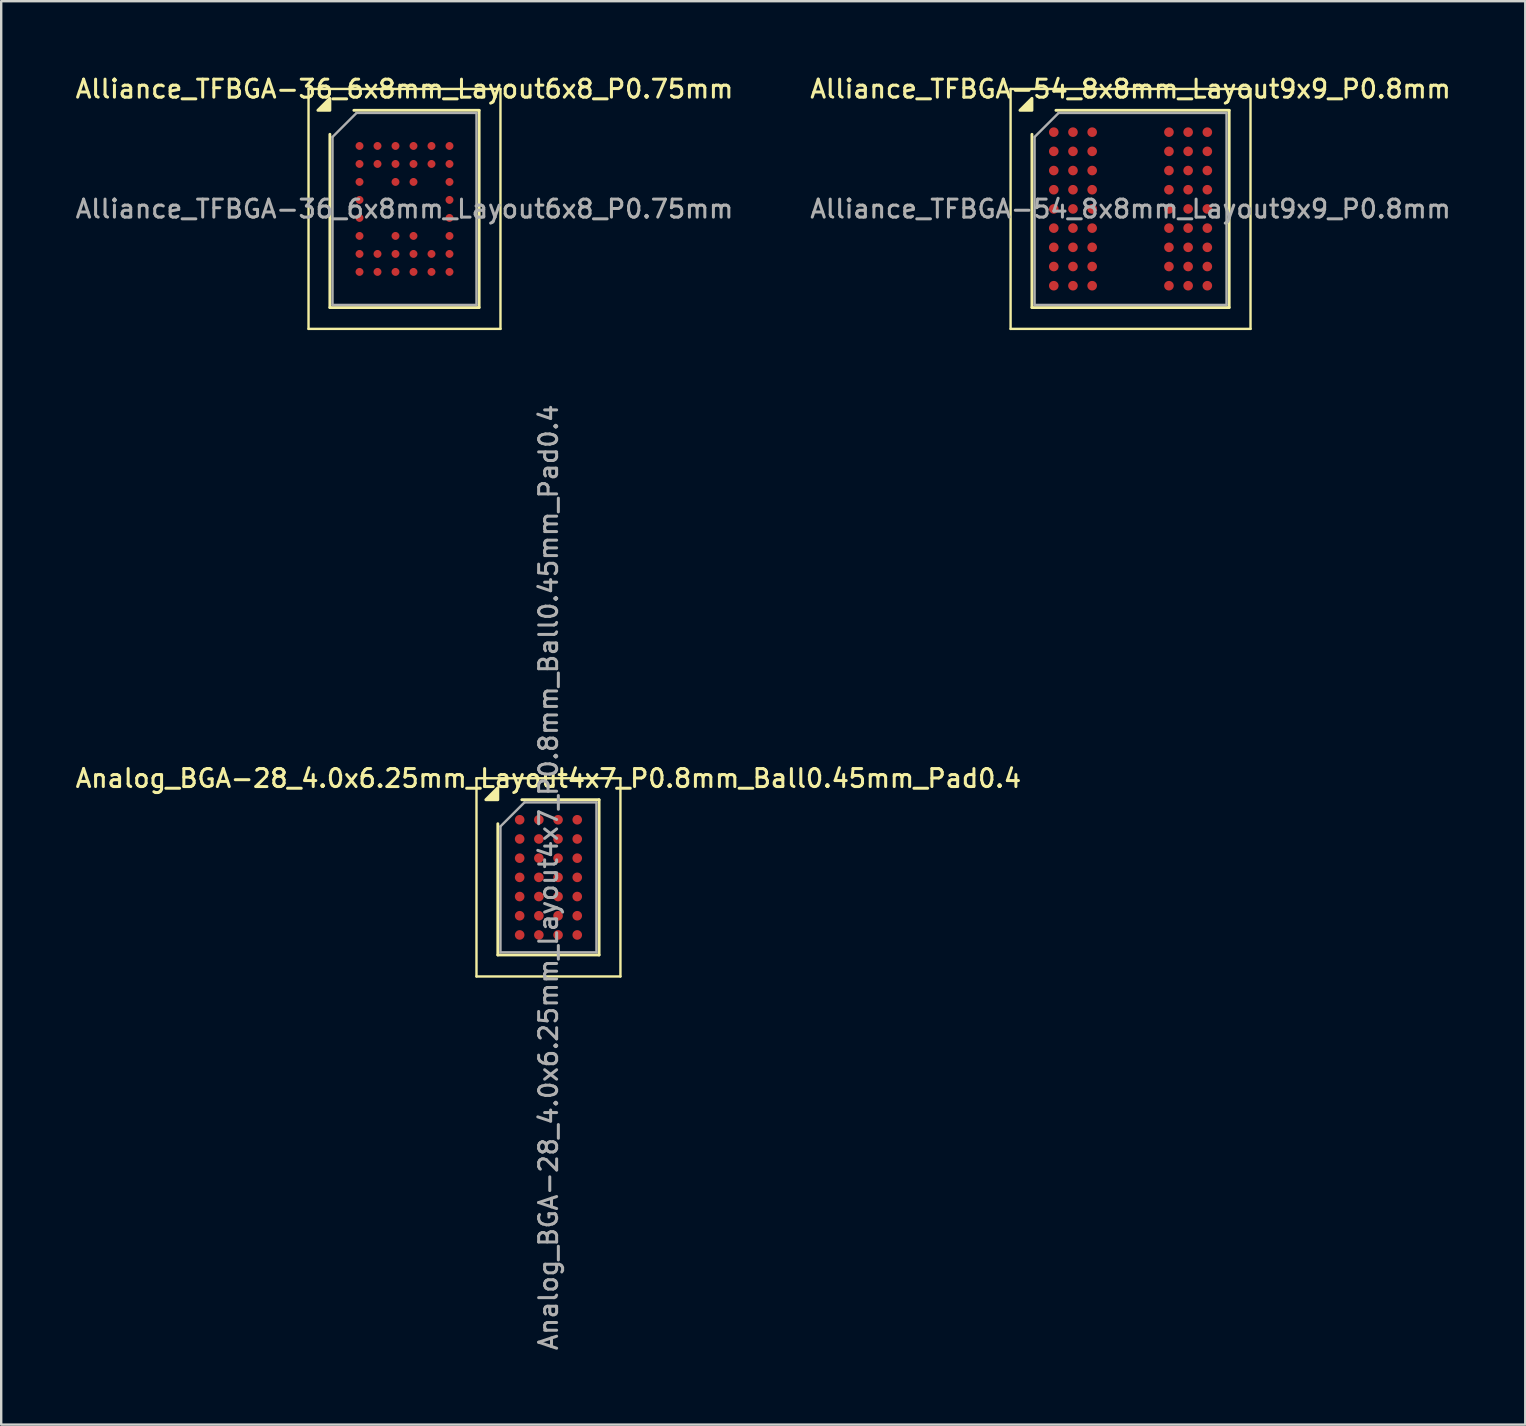
<source format=kicad_pcb>
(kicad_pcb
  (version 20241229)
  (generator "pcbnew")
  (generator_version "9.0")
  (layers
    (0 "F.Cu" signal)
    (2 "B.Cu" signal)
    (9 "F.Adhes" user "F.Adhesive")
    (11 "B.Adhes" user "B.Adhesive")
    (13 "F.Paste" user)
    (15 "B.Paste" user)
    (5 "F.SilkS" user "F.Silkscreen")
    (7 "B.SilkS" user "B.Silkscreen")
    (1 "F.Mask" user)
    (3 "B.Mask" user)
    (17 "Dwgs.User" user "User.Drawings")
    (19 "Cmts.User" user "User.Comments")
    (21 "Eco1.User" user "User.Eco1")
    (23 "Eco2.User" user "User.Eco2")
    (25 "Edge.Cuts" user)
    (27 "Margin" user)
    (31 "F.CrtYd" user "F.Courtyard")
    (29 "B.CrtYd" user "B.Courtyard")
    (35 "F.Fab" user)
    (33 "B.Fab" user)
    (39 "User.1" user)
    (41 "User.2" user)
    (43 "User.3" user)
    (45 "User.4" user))
  (footprint "Analog_BGA-28_4.0x6.25mm_Layout4x7_P0.8mm_Ball0.45mm_Pad0.4"
    (layer "F.Cu")
    (at 19.809 33.517)
    (property "Reference" "Analog_BGA-28_4.0x6.25mm_Layout4x7_P0.8mm_Ball0.45mm_Pad0.4" (at 0 -4.125 0) (layer "F.SilkS") (effects (font (size 0.75 0.75) (thickness 0.125))))
    (attr smd)
    (fp_line (start -3 -4.13) (end -3 4.13) (stroke (width 0.1) (type solid)) (layer "F.SilkS"))
    (fp_line (start -3 4.13) (end 3 4.13) (stroke (width 0.1) (type solid)) (layer "F.SilkS"))
    (fp_line (start -2.11 3.235) (end -2.11 -2.235) (stroke (width 0.12) (type solid)) (layer "F.SilkS"))
    (fp_line (start -1.11 -3.235) (end 2.11 -3.235) (stroke (width 0.12) (type solid)) (layer "F.SilkS"))
    (fp_line (start 2.11 -3.235) (end 2.11 3.235) (stroke (width 0.12) (type solid)) (layer "F.SilkS"))
    (fp_line (start 2.11 3.235) (end -2.11 3.235) (stroke (width 0.12) (type solid)) (layer "F.SilkS"))
    (fp_line (start 3 -4.13) (end -3 -4.13) (stroke (width 0.1) (type solid)) (layer "F.SilkS"))
    (fp_line (start 3 4.13) (end 3 -4.13) (stroke (width 0.1) (type solid)) (layer "F.SilkS"))
    (fp_poly (pts (xy -2.11 -3.235) (xy -2.61 -3.235) (xy -2.11 -3.735) (xy -2.11 -3.235)) (stroke (width 0.12) (type solid)) (fill yes) (layer "F.SilkS"))
    (fp_line (start -2 -2.125) (end -1 -3.125) (stroke (width 0.1) (type solid)) (layer "F.Fab"))
    (fp_line (start -2 3.125) (end -2 -2.125) (stroke (width 0.1) (type solid)) (layer "F.Fab"))
    (fp_line (start -1 -3.125) (end 2 -3.125) (stroke (width 0.1) (type solid)) (layer "F.Fab"))
    (fp_line (start 2 -3.125) (end 2 3.125) (stroke (width 0.1) (type solid)) (layer "F.Fab"))
    (fp_line (start 2 3.125) (end -2 3.125) (stroke (width 0.1) (type solid)) (layer "F.Fab"))
    (fp_text user "${REFERENCE}" (at 0 0 270) (layer "F.Fab") (effects (font (size 0.75 0.75) (thickness 0.125))))
    (pad "A1" smd circle (at -1.2 -2.4) (size 0.4 0.4) (property pad_prop_bga) (layers "F.Cu" "F.Mask" "F.Paste"))
    (pad "A2" smd circle (at -0.4 -2.4) (size 0.4 0.4) (property pad_prop_bga) (layers "F.Cu" "F.Mask" "F.Paste"))
    (pad "A3" smd circle (at 0.4 -2.4) (size 0.4 0.4) (property pad_prop_bga) (layers "F.Cu" "F.Mask" "F.Paste"))
    (pad "A4" smd circle (at 1.2 -2.4) (size 0.4 0.4) (property pad_prop_bga) (layers "F.Cu" "F.Mask" "F.Paste"))
    (pad "B1" smd circle (at -1.2 -1.6) (size 0.4 0.4) (property pad_prop_bga) (layers "F.Cu" "F.Mask" "F.Paste"))
    (pad "B2" smd circle (at -0.4 -1.6) (size 0.4 0.4) (property pad_prop_bga) (layers "F.Cu" "F.Mask" "F.Paste"))
    (pad "B3" smd circle (at 0.4 -1.6) (size 0.4 0.4) (property pad_prop_bga) (layers "F.Cu" "F.Mask" "F.Paste"))
    (pad "B4" smd circle (at 1.2 -1.6) (size 0.4 0.4) (property pad_prop_bga) (layers "F.Cu" "F.Mask" "F.Paste"))
    (pad "C1" smd circle (at -1.2 -0.8) (size 0.4 0.4) (property pad_prop_bga) (layers "F.Cu" "F.Mask" "F.Paste"))
    (pad "C2" smd circle (at -0.4 -0.8) (size 0.4 0.4) (property pad_prop_bga) (layers "F.Cu" "F.Mask" "F.Paste"))
    (pad "C3" smd circle (at 0.4 -0.8) (size 0.4 0.4) (property pad_prop_bga) (layers "F.Cu" "F.Mask" "F.Paste"))
    (pad "C4" smd circle (at 1.2 -0.8) (size 0.4 0.4) (property pad_prop_bga) (layers "F.Cu" "F.Mask" "F.Paste"))
    (pad "D1" smd circle (at -1.2 0) (size 0.4 0.4) (property pad_prop_bga) (layers "F.Cu" "F.Mask" "F.Paste"))
    (pad "D2" smd circle (at -0.4 0) (size 0.4 0.4) (property pad_prop_bga) (layers "F.Cu" "F.Mask" "F.Paste"))
    (pad "D3" smd circle (at 0.4 0) (size 0.4 0.4) (property pad_prop_bga) (layers "F.Cu" "F.Mask" "F.Paste"))
    (pad "D4" smd circle (at 1.2 0) (size 0.4 0.4) (property pad_prop_bga) (layers "F.Cu" "F.Mask" "F.Paste"))
    (pad "E1" smd circle (at -1.2 0.8) (size 0.4 0.4) (property pad_prop_bga) (layers "F.Cu" "F.Mask" "F.Paste"))
    (pad "E2" smd circle (at -0.4 0.8) (size 0.4 0.4) (property pad_prop_bga) (layers "F.Cu" "F.Mask" "F.Paste"))
    (pad "E3" smd circle (at 0.4 0.8) (size 0.4 0.4) (property pad_prop_bga) (layers "F.Cu" "F.Mask" "F.Paste"))
    (pad "E4" smd circle (at 1.2 0.8) (size 0.4 0.4) (property pad_prop_bga) (layers "F.Cu" "F.Mask" "F.Paste"))
    (pad "F1" smd circle (at -1.2 1.6) (size 0.4 0.4) (property pad_prop_bga) (layers "F.Cu" "F.Mask" "F.Paste"))
    (pad "F2" smd circle (at -0.4 1.6) (size 0.4 0.4) (property pad_prop_bga) (layers "F.Cu" "F.Mask" "F.Paste"))
    (pad "F3" smd circle (at 0.4 1.6) (size 0.4 0.4) (property pad_prop_bga) (layers "F.Cu" "F.Mask" "F.Paste"))
    (pad "F4" smd circle (at 1.2 1.6) (size 0.4 0.4) (property pad_prop_bga) (layers "F.Cu" "F.Mask" "F.Paste"))
    (pad "G1" smd circle (at -1.2 2.4) (size 0.4 0.4) (property pad_prop_bga) (layers "F.Cu" "F.Mask" "F.Paste"))
    (pad "G2" smd circle (at -0.4 2.4) (size 0.4 0.4) (property pad_prop_bga) (layers "F.Cu" "F.Mask" "F.Paste"))
    (pad "G3" smd circle (at 0.4 2.4) (size 0.4 0.4) (property pad_prop_bga) (layers "F.Cu" "F.Mask" "F.Paste"))
    (pad "G4" smd circle (at 1.2 2.4) (size 0.4 0.4) (property pad_prop_bga) (layers "F.Cu" "F.Mask" "F.Paste")))
  (footprint "Alliance_TFBGA-36_6x8mm_Layout6x8_P0.75mm"
    (layer "F.Cu")
    (at 13.809 5.658)
    (property "Reference" "Alliance_TFBGA-36_6x8mm_Layout6x8_P0.75mm" (at 0 -5 0) (layer "F.SilkS") (effects (font (size 0.75 0.75) (thickness 0.125))))
    (attr smd)
    (fp_line (start -4 -5) (end -4 5) (stroke (width 0.1) (type solid)) (layer "F.SilkS"))
    (fp_line (start -4 5) (end 4 5) (stroke (width 0.1) (type solid)) (layer "F.SilkS"))
    (fp_line (start -3.11 4.11) (end -3.11 -3.11) (stroke (width 0.12) (type solid)) (layer "F.SilkS"))
    (fp_line (start -2.11 -4.11) (end 3.11 -4.11) (stroke (width 0.12) (type solid)) (layer "F.SilkS"))
    (fp_line (start 3.11 -4.11) (end 3.11 4.11) (stroke (width 0.12) (type solid)) (layer "F.SilkS"))
    (fp_line (start 3.11 4.11) (end -3.11 4.11) (stroke (width 0.12) (type solid)) (layer "F.SilkS"))
    (fp_line (start 4 -5) (end -4 -5) (stroke (width 0.1) (type solid)) (layer "F.SilkS"))
    (fp_line (start 4 5) (end 4 -5) (stroke (width 0.1) (type solid)) (layer "F.SilkS"))
    (fp_poly (pts (xy -3.11 -4.11) (xy -3.61 -4.11) (xy -3.11 -4.61) (xy -3.11 -4.11)) (stroke (width 0.12) (type solid)) (fill yes) (layer "F.SilkS"))
    (fp_line (start -3 -3) (end -2 -4) (stroke (width 0.1) (type solid)) (layer "F.Fab"))
    (fp_line (start -3 4) (end -3 -3) (stroke (width 0.1) (type solid)) (layer "F.Fab"))
    (fp_line (start -2 -4) (end 3 -4) (stroke (width 0.1) (type solid)) (layer "F.Fab"))
    (fp_line (start 3 -4) (end 3 4) (stroke (width 0.1) (type solid)) (layer "F.Fab"))
    (fp_line (start 3 4) (end -3 4) (stroke (width 0.1) (type solid)) (layer "F.Fab"))
    (fp_text user "${REFERENCE}" (at 0 0 0) (layer "F.Fab") (effects (font (size 0.75 0.75) (thickness 0.125))))
    (pad "A1" smd circle (at -1.875 -2.625) (size 0.33 0.33) (property pad_prop_bga) (layers "F.Cu" "F.Mask" "F.Paste"))
    (pad "A2" smd circle (at -1.125 -2.625) (size 0.33 0.33) (property pad_prop_bga) (layers "F.Cu" "F.Mask" "F.Paste"))
    (pad "A3" smd circle (at -0.375 -2.625) (size 0.33 0.33) (property pad_prop_bga) (layers "F.Cu" "F.Mask" "F.Paste"))
    (pad "A4" smd circle (at 0.375 -2.625) (size 0.33 0.33) (property pad_prop_bga) (layers "F.Cu" "F.Mask" "F.Paste"))
    (pad "A5" smd circle (at 1.125 -2.625) (size 0.33 0.33) (property pad_prop_bga) (layers "F.Cu" "F.Mask" "F.Paste"))
    (pad "A6" smd circle (at 1.875 -2.625) (size 0.33 0.33) (property pad_prop_bga) (layers "F.Cu" "F.Mask" "F.Paste"))
    (pad "B1" smd circle (at -1.875 -1.875) (size 0.33 0.33) (property pad_prop_bga) (layers "F.Cu" "F.Mask" "F.Paste"))
    (pad "B2" smd circle (at -1.125 -1.875) (size 0.33 0.33) (property pad_prop_bga) (layers "F.Cu" "F.Mask" "F.Paste"))
    (pad "B3" smd circle (at -0.375 -1.875) (size 0.33 0.33) (property pad_prop_bga) (layers "F.Cu" "F.Mask" "F.Paste"))
    (pad "B4" smd circle (at 0.375 -1.875) (size 0.33 0.33) (property pad_prop_bga) (layers "F.Cu" "F.Mask" "F.Paste"))
    (pad "B5" smd circle (at 1.125 -1.875) (size 0.33 0.33) (property pad_prop_bga) (layers "F.Cu" "F.Mask" "F.Paste"))
    (pad "B6" smd circle (at 1.875 -1.875) (size 0.33 0.33) (property pad_prop_bga) (layers "F.Cu" "F.Mask" "F.Paste"))
    (pad "C1" smd circle (at -1.875 -1.125) (size 0.33 0.33) (property pad_prop_bga) (layers "F.Cu" "F.Mask" "F.Paste"))
    (pad "C3" smd circle (at -0.375 -1.125) (size 0.33 0.33) (property pad_prop_bga) (layers "F.Cu" "F.Mask" "F.Paste"))
    (pad "C4" smd circle (at 0.375 -1.125) (size 0.33 0.33) (property pad_prop_bga) (layers "F.Cu" "F.Mask" "F.Paste"))
    (pad "C6" smd circle (at 1.875 -1.125) (size 0.33 0.33) (property pad_prop_bga) (layers "F.Cu" "F.Mask" "F.Paste"))
    (pad "D1" smd circle (at -1.875 -0.375) (size 0.33 0.33) (property pad_prop_bga) (layers "F.Cu" "F.Mask" "F.Paste"))
    (pad "D6" smd circle (at 1.875 -0.375) (size 0.33 0.33) (property pad_prop_bga) (layers "F.Cu" "F.Mask" "F.Paste"))
    (pad "E1" smd circle (at -1.875 0.375) (size 0.33 0.33) (property pad_prop_bga) (layers "F.Cu" "F.Mask" "F.Paste"))
    (pad "E6" smd circle (at 1.875 0.375) (size 0.33 0.33) (property pad_prop_bga) (layers "F.Cu" "F.Mask" "F.Paste"))
    (pad "F1" smd circle (at -1.875 1.125) (size 0.33 0.33) (property pad_prop_bga) (layers "F.Cu" "F.Mask" "F.Paste"))
    (pad "F3" smd circle (at -0.375 1.125) (size 0.33 0.33) (property pad_prop_bga) (layers "F.Cu" "F.Mask" "F.Paste"))
    (pad "F4" smd circle (at 0.375 1.125) (size 0.33 0.33) (property pad_prop_bga) (layers "F.Cu" "F.Mask" "F.Paste"))
    (pad "F6" smd circle (at 1.875 1.125) (size 0.33 0.33) (property pad_prop_bga) (layers "F.Cu" "F.Mask" "F.Paste"))
    (pad "G1" smd circle (at -1.875 1.875) (size 0.33 0.33) (property pad_prop_bga) (layers "F.Cu" "F.Mask" "F.Paste"))
    (pad "G2" smd circle (at -1.125 1.875) (size 0.33 0.33) (property pad_prop_bga) (layers "F.Cu" "F.Mask" "F.Paste"))
    (pad "G3" smd circle (at -0.375 1.875) (size 0.33 0.33) (property pad_prop_bga) (layers "F.Cu" "F.Mask" "F.Paste"))
    (pad "G4" smd circle (at 0.375 1.875) (size 0.33 0.33) (property pad_prop_bga) (layers "F.Cu" "F.Mask" "F.Paste"))
    (pad "G5" smd circle (at 1.125 1.875) (size 0.33 0.33) (property pad_prop_bga) (layers "F.Cu" "F.Mask" "F.Paste"))
    (pad "G6" smd circle (at 1.875 1.875) (size 0.33 0.33) (property pad_prop_bga) (layers "F.Cu" "F.Mask" "F.Paste"))
    (pad "H1" smd circle (at -1.875 2.625) (size 0.33 0.33) (property pad_prop_bga) (layers "F.Cu" "F.Mask" "F.Paste"))
    (pad "H2" smd circle (at -1.125 2.625) (size 0.33 0.33) (property pad_prop_bga) (layers "F.Cu" "F.Mask" "F.Paste"))
    (pad "H3" smd circle (at -0.375 2.625) (size 0.33 0.33) (property pad_prop_bga) (layers "F.Cu" "F.Mask" "F.Paste"))
    (pad "H4" smd circle (at 0.375 2.625) (size 0.33 0.33) (property pad_prop_bga) (layers "F.Cu" "F.Mask" "F.Paste"))
    (pad "H5" smd circle (at 1.125 2.625) (size 0.33 0.33) (property pad_prop_bga) (layers "F.Cu" "F.Mask" "F.Paste"))
    (pad "H6" smd circle (at 1.875 2.625) (size 0.33 0.33) (property pad_prop_bga) (layers "F.Cu" "F.Mask" "F.Paste")))
  (footprint "Alliance_TFBGA-54_8x8mm_Layout9x9_P0.8mm"
    (layer "F.Cu")
    (at 44.07 5.658)
    (property "Reference" "Alliance_TFBGA-54_8x8mm_Layout9x9_P0.8mm" (at 0 -5 0) (layer "F.SilkS") (effects (font (size 0.75 0.75) (thickness 0.125))))
    (attr smd)
    (fp_line (start -5 -5) (end -5 5) (stroke (width 0.1) (type solid)) (layer "F.SilkS"))
    (fp_line (start -5 5) (end 5 5) (stroke (width 0.1) (type solid)) (layer "F.SilkS"))
    (fp_line (start -4.11 4.11) (end -4.11 -3.11) (stroke (width 0.12) (type solid)) (layer "F.SilkS"))
    (fp_line (start -3.11 -4.11) (end 4.11 -4.11) (stroke (width 0.12) (type solid)) (layer "F.SilkS"))
    (fp_line (start 4.11 -4.11) (end 4.11 4.11) (stroke (width 0.12) (type solid)) (layer "F.SilkS"))
    (fp_line (start 4.11 4.11) (end -4.11 4.11) (stroke (width 0.12) (type solid)) (layer "F.SilkS"))
    (fp_line (start 5 -5) (end -5 -5) (stroke (width 0.1) (type solid)) (layer "F.SilkS"))
    (fp_line (start 5 5) (end 5 -5) (stroke (width 0.1) (type solid)) (layer "F.SilkS"))
    (fp_poly (pts (xy -4.11 -4.11) (xy -4.61 -4.11) (xy -4.11 -4.61) (xy -4.11 -4.11)) (stroke (width 0.12) (type solid)) (fill yes) (layer "F.SilkS"))
    (fp_line (start -4 -3) (end -3 -4) (stroke (width 0.1) (type solid)) (layer "F.Fab"))
    (fp_line (start -4 4) (end -4 -3) (stroke (width 0.1) (type solid)) (layer "F.Fab"))
    (fp_line (start -3 -4) (end 4 -4) (stroke (width 0.1) (type solid)) (layer "F.Fab"))
    (fp_line (start 4 -4) (end 4 4) (stroke (width 0.1) (type solid)) (layer "F.Fab"))
    (fp_line (start 4 4) (end -4 4) (stroke (width 0.1) (type solid)) (layer "F.Fab"))
    (fp_text user "${REFERENCE}" (at 0 0 0) (layer "F.Fab") (effects (font (size 0.75 0.75) (thickness 0.125))))
    (pad "A1" smd circle (at -3.2 -3.2) (size 0.4 0.4) (property pad_prop_bga) (layers "F.Cu" "F.Mask" "F.Paste"))
    (pad "A2" smd circle (at -2.4 -3.2) (size 0.4 0.4) (property pad_prop_bga) (layers "F.Cu" "F.Mask" "F.Paste"))
    (pad "A3" smd circle (at -1.6 -3.2) (size 0.4 0.4) (property pad_prop_bga) (layers "F.Cu" "F.Mask" "F.Paste"))
    (pad "A7" smd circle (at 1.6 -3.2) (size 0.4 0.4) (property pad_prop_bga) (layers "F.Cu" "F.Mask" "F.Paste"))
    (pad "A8" smd circle (at 2.4 -3.2) (size 0.4 0.4) (property pad_prop_bga) (layers "F.Cu" "F.Mask" "F.Paste"))
    (pad "A9" smd circle (at 3.2 -3.2) (size 0.4 0.4) (property pad_prop_bga) (layers "F.Cu" "F.Mask" "F.Paste"))
    (pad "B1" smd circle (at -3.2 -2.4) (size 0.4 0.4) (property pad_prop_bga) (layers "F.Cu" "F.Mask" "F.Paste"))
    (pad "B2" smd circle (at -2.4 -2.4) (size 0.4 0.4) (property pad_prop_bga) (layers "F.Cu" "F.Mask" "F.Paste"))
    (pad "B3" smd circle (at -1.6 -2.4) (size 0.4 0.4) (property pad_prop_bga) (layers "F.Cu" "F.Mask" "F.Paste"))
    (pad "B7" smd circle (at 1.6 -2.4) (size 0.4 0.4) (property pad_prop_bga) (layers "F.Cu" "F.Mask" "F.Paste"))
    (pad "B8" smd circle (at 2.4 -2.4) (size 0.4 0.4) (property pad_prop_bga) (layers "F.Cu" "F.Mask" "F.Paste"))
    (pad "B9" smd circle (at 3.2 -2.4) (size 0.4 0.4) (property pad_prop_bga) (layers "F.Cu" "F.Mask" "F.Paste"))
    (pad "C1" smd circle (at -3.2 -1.6) (size 0.4 0.4) (property pad_prop_bga) (layers "F.Cu" "F.Mask" "F.Paste"))
    (pad "C2" smd circle (at -2.4 -1.6) (size 0.4 0.4) (property pad_prop_bga) (layers "F.Cu" "F.Mask" "F.Paste"))
    (pad "C3" smd circle (at -1.6 -1.6) (size 0.4 0.4) (property pad_prop_bga) (layers "F.Cu" "F.Mask" "F.Paste"))
    (pad "C7" smd circle (at 1.6 -1.6) (size 0.4 0.4) (property pad_prop_bga) (layers "F.Cu" "F.Mask" "F.Paste"))
    (pad "C8" smd circle (at 2.4 -1.6) (size 0.4 0.4) (property pad_prop_bga) (layers "F.Cu" "F.Mask" "F.Paste"))
    (pad "C9" smd circle (at 3.2 -1.6) (size 0.4 0.4) (property pad_prop_bga) (layers "F.Cu" "F.Mask" "F.Paste"))
    (pad "D1" smd circle (at -3.2 -0.8) (size 0.4 0.4) (property pad_prop_bga) (layers "F.Cu" "F.Mask" "F.Paste"))
    (pad "D2" smd circle (at -2.4 -0.8) (size 0.4 0.4) (property pad_prop_bga) (layers "F.Cu" "F.Mask" "F.Paste"))
    (pad "D3" smd circle (at -1.6 -0.8) (size 0.4 0.4) (property pad_prop_bga) (layers "F.Cu" "F.Mask" "F.Paste"))
    (pad "D7" smd circle (at 1.6 -0.8) (size 0.4 0.4) (property pad_prop_bga) (layers "F.Cu" "F.Mask" "F.Paste"))
    (pad "D8" smd circle (at 2.4 -0.8) (size 0.4 0.4) (property pad_prop_bga) (layers "F.Cu" "F.Mask" "F.Paste"))
    (pad "D9" smd circle (at 3.2 -0.8) (size 0.4 0.4) (property pad_prop_bga) (layers "F.Cu" "F.Mask" "F.Paste"))
    (pad "E1" smd circle (at -3.2 0) (size 0.4 0.4) (property pad_prop_bga) (layers "F.Cu" "F.Mask" "F.Paste"))
    (pad "E2" smd circle (at -2.4 0) (size 0.4 0.4) (property pad_prop_bga) (layers "F.Cu" "F.Mask" "F.Paste"))
    (pad "E3" smd circle (at -1.6 0) (size 0.4 0.4) (property pad_prop_bga) (layers "F.Cu" "F.Mask" "F.Paste"))
    (pad "E7" smd circle (at 1.6 0) (size 0.4 0.4) (property pad_prop_bga) (layers "F.Cu" "F.Mask" "F.Paste"))
    (pad "E8" smd circle (at 2.4 0) (size 0.4 0.4) (property pad_prop_bga) (layers "F.Cu" "F.Mask" "F.Paste"))
    (pad "E9" smd circle (at 3.2 0) (size 0.4 0.4) (property pad_prop_bga) (layers "F.Cu" "F.Mask" "F.Paste"))
    (pad "F1" smd circle (at -3.2 0.8) (size 0.4 0.4) (property pad_prop_bga) (layers "F.Cu" "F.Mask" "F.Paste"))
    (pad "F2" smd circle (at -2.4 0.8) (size 0.4 0.4) (property pad_prop_bga) (layers "F.Cu" "F.Mask" "F.Paste"))
    (pad "F3" smd circle (at -1.6 0.8) (size 0.4 0.4) (property pad_prop_bga) (layers "F.Cu" "F.Mask" "F.Paste"))
    (pad "F7" smd circle (at 1.6 0.8) (size 0.4 0.4) (property pad_prop_bga) (layers "F.Cu" "F.Mask" "F.Paste"))
    (pad "F8" smd circle (at 2.4 0.8) (size 0.4 0.4) (property pad_prop_bga) (layers "F.Cu" "F.Mask" "F.Paste"))
    (pad "F9" smd circle (at 3.2 0.8) (size 0.4 0.4) (property pad_prop_bga) (layers "F.Cu" "F.Mask" "F.Paste"))
    (pad "G1" smd circle (at -3.2 1.6) (size 0.4 0.4) (property pad_prop_bga) (layers "F.Cu" "F.Mask" "F.Paste"))
    (pad "G2" smd circle (at -2.4 1.6) (size 0.4 0.4) (property pad_prop_bga) (layers "F.Cu" "F.Mask" "F.Paste"))
    (pad "G3" smd circle (at -1.6 1.6) (size 0.4 0.4) (property pad_prop_bga) (layers "F.Cu" "F.Mask" "F.Paste"))
    (pad "G7" smd circle (at 1.6 1.6) (size 0.4 0.4) (property pad_prop_bga) (layers "F.Cu" "F.Mask" "F.Paste"))
    (pad "G8" smd circle (at 2.4 1.6) (size 0.4 0.4) (property pad_prop_bga) (layers "F.Cu" "F.Mask" "F.Paste"))
    (pad "G9" smd circle (at 3.2 1.6) (size 0.4 0.4) (property pad_prop_bga) (layers "F.Cu" "F.Mask" "F.Paste"))
    (pad "H1" smd circle (at -3.2 2.4) (size 0.4 0.4) (property pad_prop_bga) (layers "F.Cu" "F.Mask" "F.Paste"))
    (pad "H2" smd circle (at -2.4 2.4) (size 0.4 0.4) (property pad_prop_bga) (layers "F.Cu" "F.Mask" "F.Paste"))
    (pad "H3" smd circle (at -1.6 2.4) (size 0.4 0.4) (property pad_prop_bga) (layers "F.Cu" "F.Mask" "F.Paste"))
    (pad "H7" smd circle (at 1.6 2.4) (size 0.4 0.4) (property pad_prop_bga) (layers "F.Cu" "F.Mask" "F.Paste"))
    (pad "H8" smd circle (at 2.4 2.4) (size 0.4 0.4) (property pad_prop_bga) (layers "F.Cu" "F.Mask" "F.Paste"))
    (pad "H9" smd circle (at 3.2 2.4) (size 0.4 0.4) (property pad_prop_bga) (layers "F.Cu" "F.Mask" "F.Paste"))
    (pad "J1" smd circle (at -3.2 3.2) (size 0.4 0.4) (property pad_prop_bga) (layers "F.Cu" "F.Mask" "F.Paste"))
    (pad "J2" smd circle (at -2.4 3.2) (size 0.4 0.4) (property pad_prop_bga) (layers "F.Cu" "F.Mask" "F.Paste"))
    (pad "J3" smd circle (at -1.6 3.2) (size 0.4 0.4) (property pad_prop_bga) (layers "F.Cu" "F.Mask" "F.Paste"))
    (pad "J7" smd circle (at 1.6 3.2) (size 0.4 0.4) (property pad_prop_bga) (layers "F.Cu" "F.Mask" "F.Paste"))
    (pad "J8" smd circle (at 2.4 3.2) (size 0.4 0.4) (property pad_prop_bga) (layers "F.Cu" "F.Mask" "F.Paste"))
    (pad "J9" smd circle (at 3.2 3.2) (size 0.4 0.4) (property pad_prop_bga) (layers "F.Cu" "F.Mask" "F.Paste")))
  (gr_rect
    (start -3 -3)
    (end 60.521 56.326)
    (stroke (width 0.1) (type default))
    (fill no)
    (layer "Edge.Cuts")))
</source>
